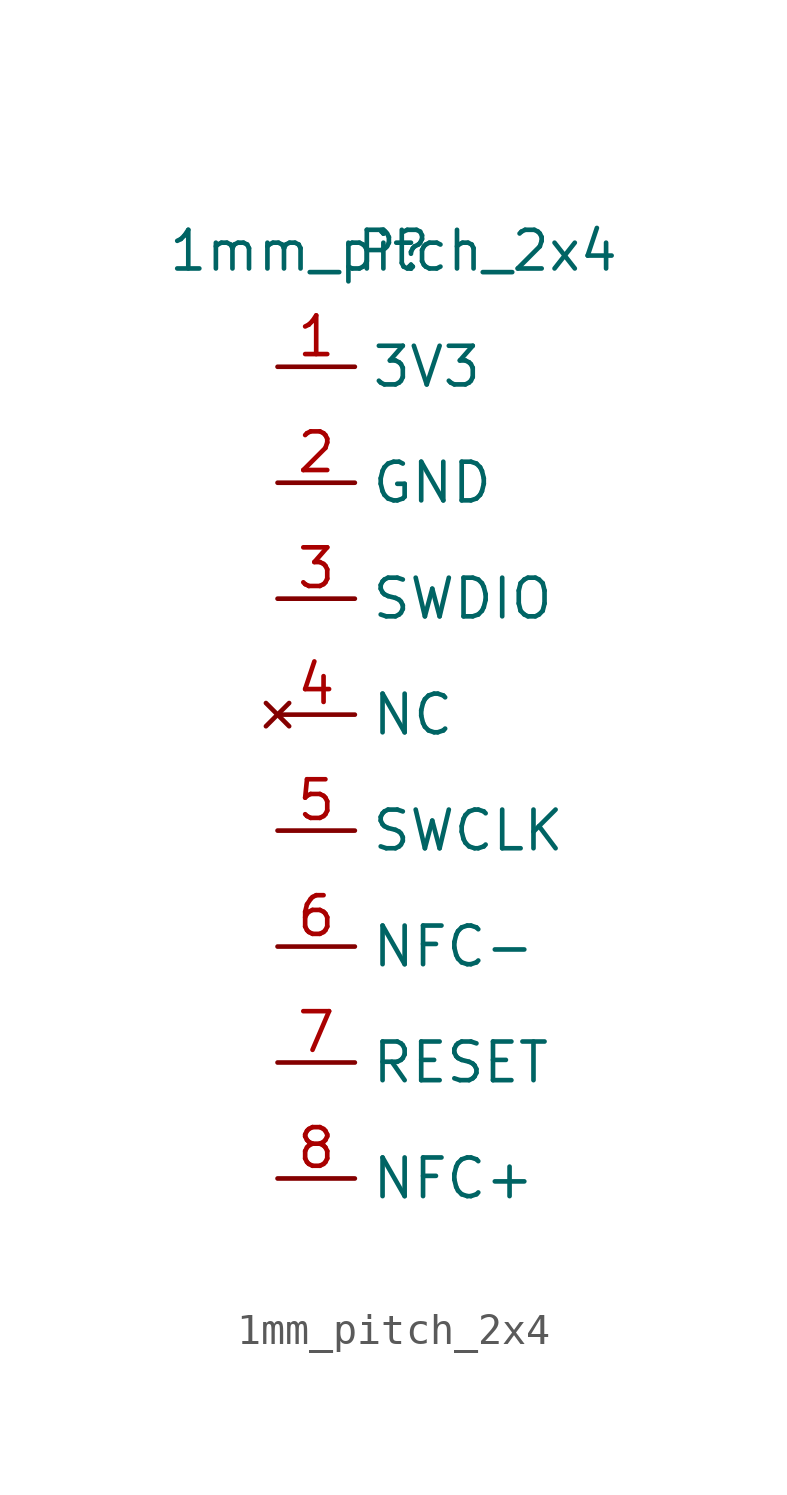
<source format=kicad_sym>
(kicad_symbol_lib
  (version 20201005)
  (generator kicad_symbol_editor)
  (symbol "custom-pin:1mm_pitch_2x4"
    (property "Reference" "P"
      (at 0 0 0)
      (effects (font (size 1.27 1.27))))
    (property "Value" "1mm_pitch_2x4"
      (at 0 0 0)
      (effects (font (size 1.27 1.27))))
    (symbol "1mm_pitch_2x4_1_1"
      (pin power_in line (at -3.81 -3.81 0) (length 2.54) (name "3V3" (effects (font (size 1.27 1.27)))) (number "1" (effects (font (size 1.27 1.27)))))
      (pin power_in line (at -3.81 -7.62 0) (length 2.54) (name "GND" (effects (font (size 1.27 1.27)))) (number "2" (effects (font (size 1.27 1.27)))))
      (pin input line (at -3.81 -11.43 0) (length 2.54) (name "SWDIO" (effects (font (size 1.27 1.27)))) (number "3" (effects (font (size 1.27 1.27)))))
      (pin no_connect line (at -3.81 -15.24 0) (length 2.54) (name "NC" (effects (font (size 1.27 1.27)))) (number "4" (effects (font (size 1.27 1.27)))))
      (pin input line (at -3.81 -19.05 0) (length 2.54) (name "SWCLK" (effects (font (size 1.27 1.27)))) (number "5" (effects (font (size 1.27 1.27)))))
      (pin bidirectional line (at -3.81 -22.86 0) (length 2.54) (name "NFC-" (effects (font (size 1.27 1.27)))) (number "6" (effects (font (size 1.27 1.27)))))
      (pin input line (at -3.81 -26.67 0) (length 2.54) (name "RESET" (effects (font (size 1.27 1.27)))) (number "7" (effects (font (size 1.27 1.27)))))
      (pin bidirectional line (at -3.81 -30.48 0) (length 2.54) (name "NFC+" (effects (font (size 1.27 1.27)))) (number "8" (effects (font (size 1.27 1.27))))))))
</source>
